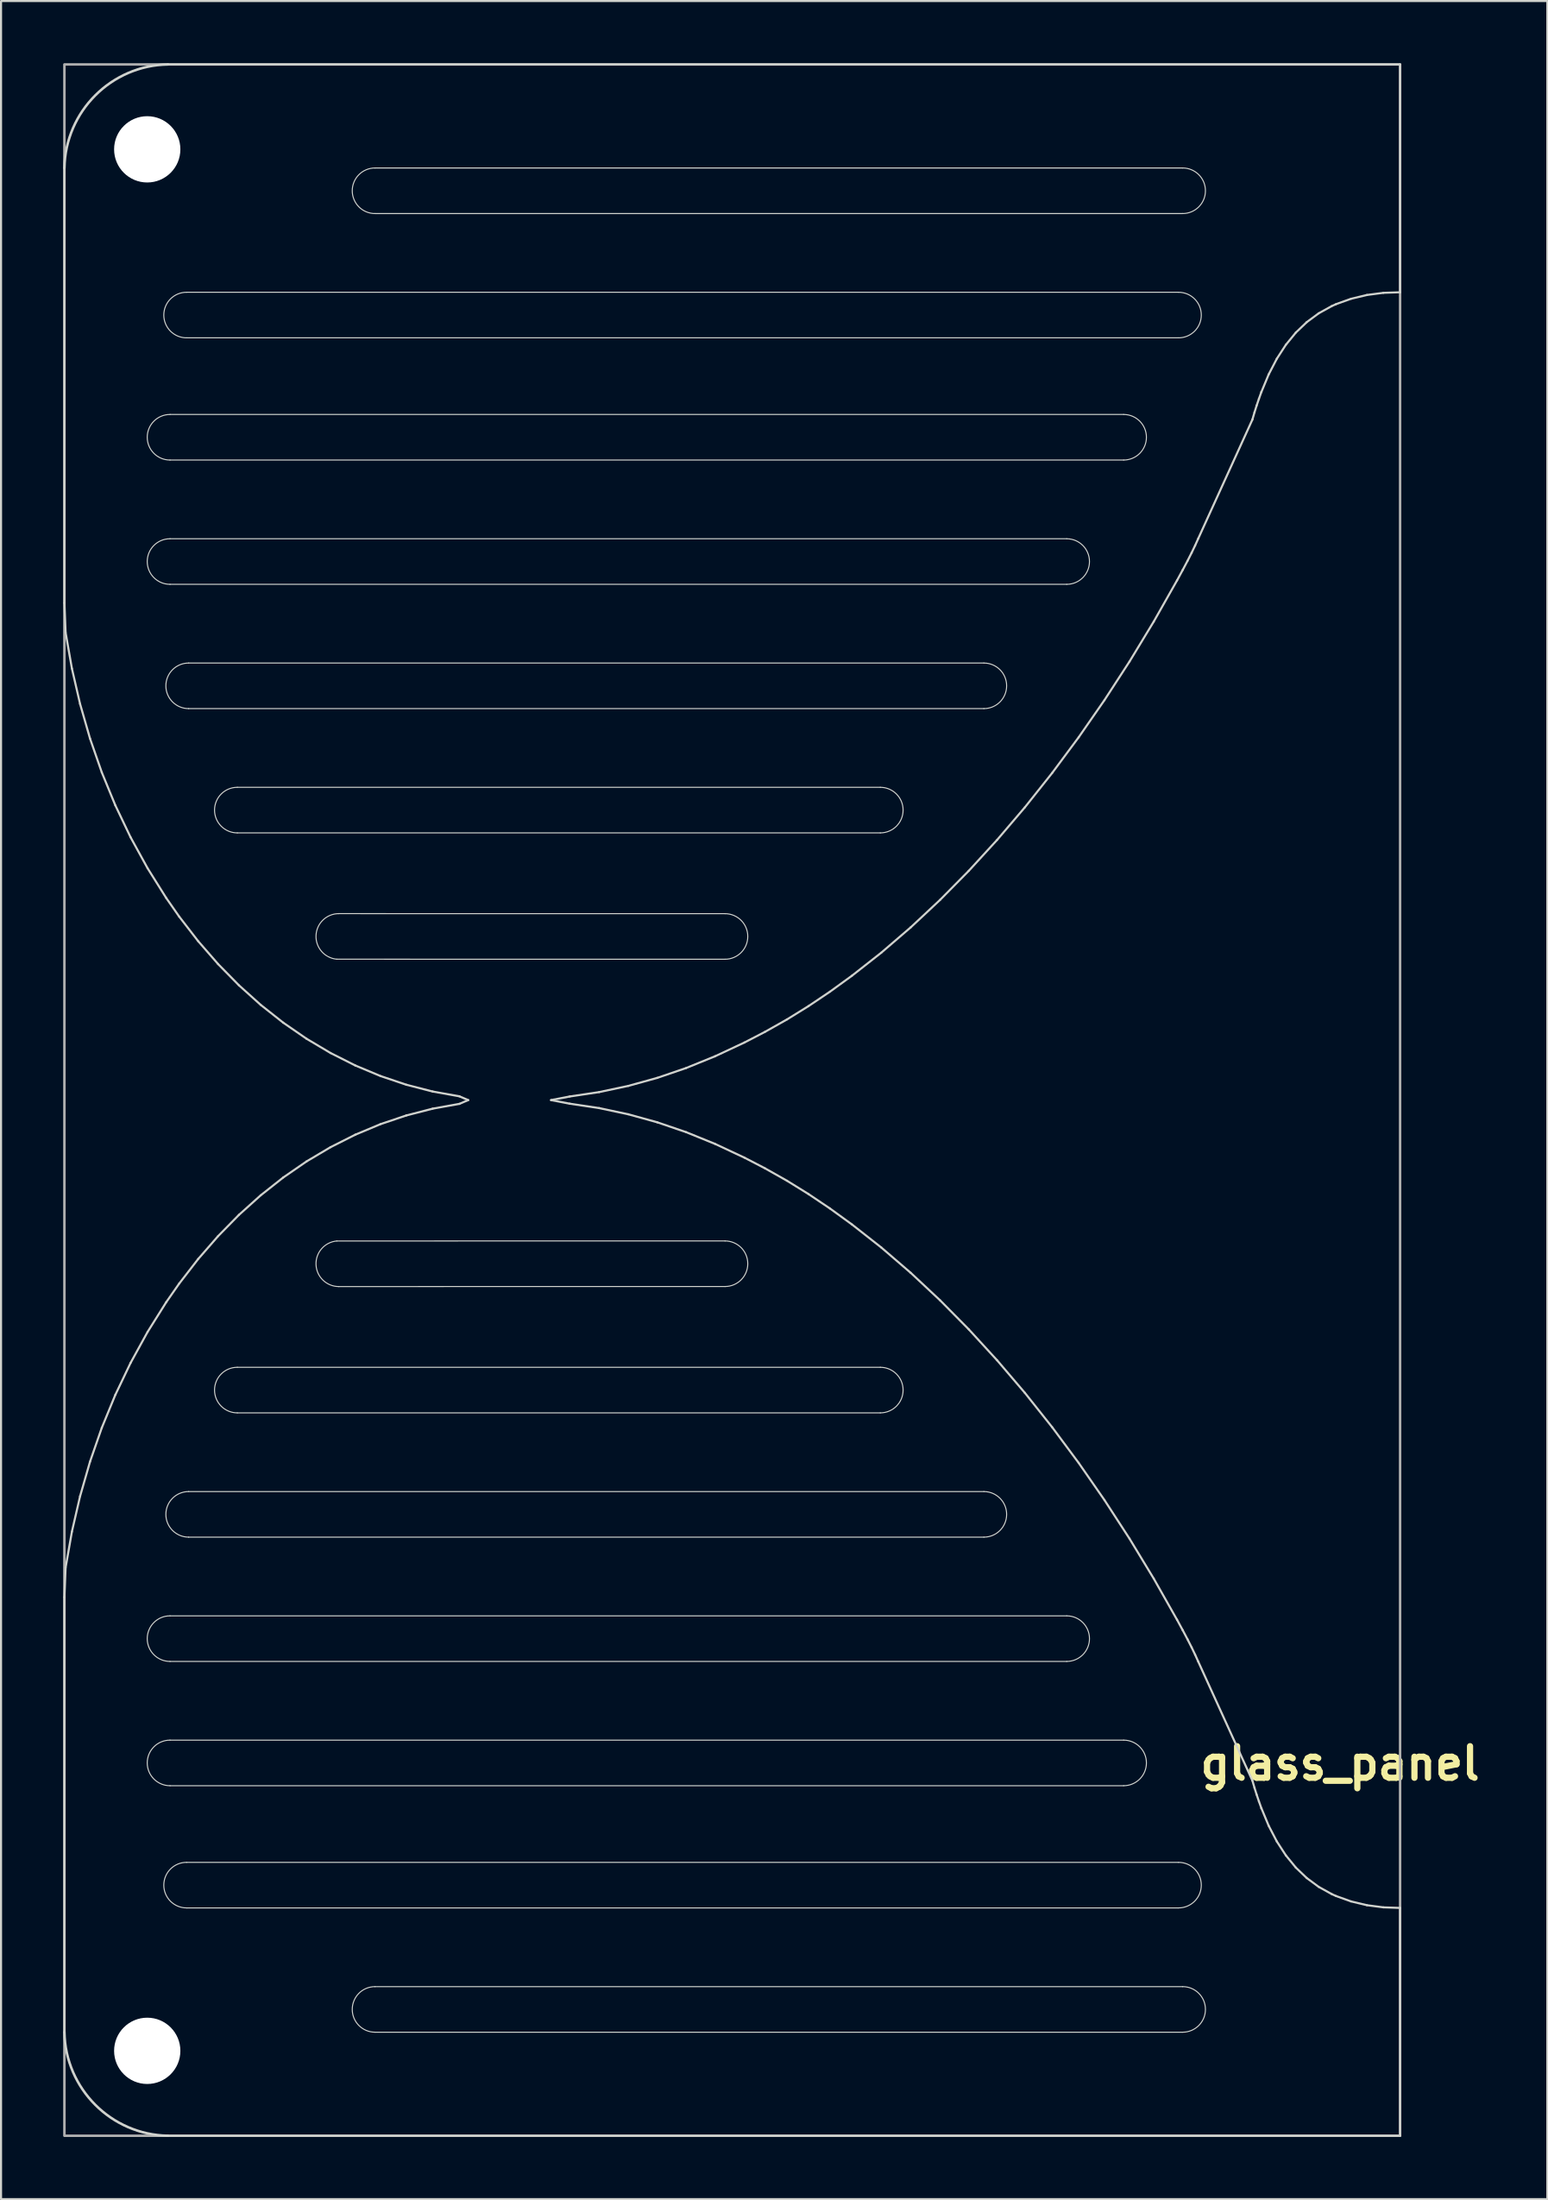
<source format=kicad_pcb>
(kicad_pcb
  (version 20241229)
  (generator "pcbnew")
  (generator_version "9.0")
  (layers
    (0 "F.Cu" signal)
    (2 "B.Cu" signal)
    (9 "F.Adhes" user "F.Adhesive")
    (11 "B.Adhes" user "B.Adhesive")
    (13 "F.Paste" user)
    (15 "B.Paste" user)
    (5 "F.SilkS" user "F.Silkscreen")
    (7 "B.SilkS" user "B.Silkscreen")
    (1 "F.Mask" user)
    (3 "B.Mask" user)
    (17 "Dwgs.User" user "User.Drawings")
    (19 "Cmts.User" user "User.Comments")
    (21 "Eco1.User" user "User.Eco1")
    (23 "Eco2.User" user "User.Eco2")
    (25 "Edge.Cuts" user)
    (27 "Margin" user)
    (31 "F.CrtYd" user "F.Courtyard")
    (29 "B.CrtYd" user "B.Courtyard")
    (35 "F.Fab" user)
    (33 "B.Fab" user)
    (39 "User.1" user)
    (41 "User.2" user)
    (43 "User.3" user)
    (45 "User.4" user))
  (footprint "glass_panel"
    (layer "F.Cu")
    (at 64.56 6.06)
    (property "Reference" "glass_panel" (at -2.9 76.027 180) (layer "F.SilkS") (effects (font (size 1.524 1.524) (thickness 0.3))))
    (attr through_hole)
    (fp_line (start -64.5 20) (end -64.5 -1) (stroke (width 0.1) (type solid)) (layer "Edge.Cuts"))
    (fp_line (start -64.5 68) (end -64.5 89) (stroke (width 0.1) (type solid)) (layer "Edge.Cuts"))
    (fp_line (start -64.442 21.425) (end -64.5 20) (stroke (width 0.1) (type solid)) (layer "Edge.Cuts"))
    (fp_line (start -64.442 66.575) (end -64.5 68) (stroke (width 0.1) (type solid)) (layer "Edge.Cuts"))
    (fp_line (start -64.138 23.163) (end -64.442 21.425) (stroke (width 0.1) (type solid)) (layer "Edge.Cuts"))
    (fp_line (start -64.138 64.837) (end -64.442 66.575) (stroke (width 0.1) (type solid)) (layer "Edge.Cuts"))
    (fp_line (start -63.744 24.871) (end -64.138 23.163) (stroke (width 0.1) (type solid)) (layer "Edge.Cuts"))
    (fp_line (start -63.744 63.129) (end -64.138 64.837) (stroke (width 0.1) (type solid)) (layer "Edge.Cuts"))
    (fp_line (start -63.263 26.544) (end -63.744 24.871) (stroke (width 0.1) (type solid)) (layer "Edge.Cuts"))
    (fp_line (start -63.263 61.456) (end -63.744 63.129) (stroke (width 0.1) (type solid)) (layer "Edge.Cuts"))
    (fp_line (start -62.695 28.178) (end -63.263 26.544) (stroke (width 0.1) (type solid)) (layer "Edge.Cuts"))
    (fp_line (start -62.695 59.822) (end -63.263 61.456) (stroke (width 0.1) (type solid)) (layer "Edge.Cuts"))
    (fp_line (start -62.041 29.769) (end -62.695 28.178) (stroke (width 0.1) (type solid)) (layer "Edge.Cuts"))
    (fp_line (start -62.041 58.231) (end -62.695 59.822) (stroke (width 0.1) (type solid)) (layer "Edge.Cuts"))
    (fp_line (start -61.304 31.313) (end -62.041 29.769) (stroke (width 0.1) (type solid)) (layer "Edge.Cuts"))
    (fp_line (start -61.304 56.687) (end -62.041 58.231) (stroke (width 0.1) (type solid)) (layer "Edge.Cuts"))
    (fp_line (start -60.484 32.806) (end -61.304 31.313) (stroke (width 0.1) (type solid)) (layer "Edge.Cuts"))
    (fp_line (start -60.484 55.194) (end -61.304 56.687) (stroke (width 0.1) (type solid)) (layer "Edge.Cuts"))
    (fp_line (start -59.582 34.245) (end -60.484 32.806) (stroke (width 0.1) (type solid)) (layer "Edge.Cuts"))
    (fp_line (start -59.582 53.755) (end -60.484 55.194) (stroke (width 0.1) (type solid)) (layer "Edge.Cuts"))
    (fp_line (start -59.5 -6) (end 0 -6) (stroke (width 0.1) (type solid)) (layer "Edge.Cuts"))
    (fp_line (start -59.5 94) (end 0 94) (stroke (width 0.1) (type solid)) (layer "Edge.Cuts"))
    (fp_line (start -59.4 10.9) (end -13.35 10.9) (stroke (width 0.05) (type solid)) (layer "Edge.Cuts"))
    (fp_line (start -59.4 16.9) (end -16.1 16.9) (stroke (width 0.05) (type solid)) (layer "Edge.Cuts"))
    (fp_line (start -59.4 71.1) (end -16.1 71.1) (stroke (width 0.05) (type solid)) (layer "Edge.Cuts"))
    (fp_line (start -59.4 77.1) (end -13.35 77.1) (stroke (width 0.05) (type solid)) (layer "Edge.Cuts"))
    (fp_line (start -58.955 35.144) (end -59.582 34.245) (stroke (width 0.1) (type solid)) (layer "Edge.Cuts"))
    (fp_line (start -58.955 52.856) (end -59.582 53.755) (stroke (width 0.1) (type solid)) (layer "Edge.Cuts"))
    (fp_line (start -58.6 5) (end -10.7 5) (stroke (width 0.05) (type solid)) (layer "Edge.Cuts"))
    (fp_line (start -58.6 83) (end -10.7 83) (stroke (width 0.05) (type solid)) (layer "Edge.Cuts"))
    (fp_line (start -58.5 22.9) (end -20.1 22.9) (stroke (width 0.05) (type solid)) (layer "Edge.Cuts"))
    (fp_line (start -58.5 65.1) (end -20.1 65.1) (stroke (width 0.05) (type solid)) (layer "Edge.Cuts"))
    (fp_line (start -58.04 36.328) (end -58.955 35.144) (stroke (width 0.1) (type solid)) (layer "Edge.Cuts"))
    (fp_line (start -58.04 51.672) (end -58.955 52.856) (stroke (width 0.1) (type solid)) (layer "Edge.Cuts"))
    (fp_line (start -57.078 37.433) (end -58.04 36.328) (stroke (width 0.1) (type solid)) (layer "Edge.Cuts"))
    (fp_line (start -57.078 50.567) (end -58.04 51.672) (stroke (width 0.1) (type solid)) (layer "Edge.Cuts"))
    (fp_line (start -56.15 28.9) (end -25.1 28.9) (stroke (width 0.05) (type solid)) (layer "Edge.Cuts"))
    (fp_line (start -56.15 59.1) (end -25.1 59.1) (stroke (width 0.05) (type solid)) (layer "Edge.Cuts"))
    (fp_line (start -56.072 38.458) (end -57.078 37.433) (stroke (width 0.1) (type solid)) (layer "Edge.Cuts"))
    (fp_line (start -56.072 49.542) (end -57.078 50.567) (stroke (width 0.1) (type solid)) (layer "Edge.Cuts"))
    (fp_line (start -55.022 39.402) (end -56.072 38.458) (stroke (width 0.1) (type solid)) (layer "Edge.Cuts"))
    (fp_line (start -55.022 48.598) (end -56.072 49.542) (stroke (width 0.1) (type solid)) (layer "Edge.Cuts"))
    (fp_line (start -53.934 40.262) (end -55.022 39.402) (stroke (width 0.1) (type solid)) (layer "Edge.Cuts"))
    (fp_line (start -53.934 47.738) (end -55.022 48.598) (stroke (width 0.1) (type solid)) (layer "Edge.Cuts"))
    (fp_line (start -52.808 41.038) (end -53.934 40.262) (stroke (width 0.1) (type solid)) (layer "Edge.Cuts"))
    (fp_line (start -52.808 46.962) (end -53.934 47.738) (stroke (width 0.1) (type solid)) (layer "Edge.Cuts"))
    (fp_line (start -51.648 41.727) (end -52.808 41.038) (stroke (width 0.1) (type solid)) (layer "Edge.Cuts"))
    (fp_line (start -51.648 46.273) (end -52.808 46.962) (stroke (width 0.1) (type solid)) (layer "Edge.Cuts"))
    (fp_line (start -51.249 34.998) (end -32.6 35) (stroke (width 0.05) (type solid)) (layer "Edge.Cuts"))
    (fp_line (start -51.249 53.002) (end -32.6 53) (stroke (width 0.05) (type solid)) (layer "Edge.Cuts"))
    (fp_line (start -50.456 42.328) (end -51.648 41.727) (stroke (width 0.1) (type solid)) (layer "Edge.Cuts"))
    (fp_line (start -50.456 45.672) (end -51.648 46.273) (stroke (width 0.1) (type solid)) (layer "Edge.Cuts"))
    (fp_line (start -49.5 -1) (end -10.5 -1) (stroke (width 0.05) (type solid)) (layer "Edge.Cuts"))
    (fp_line (start -49.5 89) (end -10.5 89) (stroke (width 0.05) (type solid)) (layer "Edge.Cuts"))
    (fp_line (start -49.235 42.839) (end -50.456 42.328) (stroke (width 0.1) (type solid)) (layer "Edge.Cuts"))
    (fp_line (start -49.235 45.161) (end -50.456 45.672) (stroke (width 0.1) (type solid)) (layer "Edge.Cuts"))
    (fp_line (start -47.988 43.259) (end -49.235 42.839) (stroke (width 0.1) (type solid)) (layer "Edge.Cuts"))
    (fp_line (start -47.988 44.741) (end -49.235 45.161) (stroke (width 0.1) (type solid)) (layer "Edge.Cuts"))
    (fp_line (start -46.717 43.586) (end -47.988 43.259) (stroke (width 0.1) (type solid)) (layer "Edge.Cuts"))
    (fp_line (start -46.717 44.414) (end -47.988 44.741) (stroke (width 0.1) (type solid)) (layer "Edge.Cuts"))
    (fp_line (start -45.425 43.818) (end -46.717 43.586) (stroke (width 0.1) (type solid)) (layer "Edge.Cuts"))
    (fp_line (start -45.425 44.182) (end -46.717 44.414) (stroke (width 0.1) (type solid)) (layer "Edge.Cuts"))
    (fp_line (start -45 44) (end -45.425 43.818) (stroke (width 0.1) (type solid)) (layer "Edge.Cuts"))
    (fp_line (start -45 44) (end -45.425 44.182) (stroke (width 0.1) (type solid)) (layer "Edge.Cuts"))
    (fp_line (start -40.102 43.827) (end -41 44) (stroke (width 0.1) (type solid)) (layer "Edge.Cuts"))
    (fp_line (start -40.102 44.173) (end -41 44) (stroke (width 0.1) (type solid)) (layer "Edge.Cuts"))
    (fp_line (start -38.678 43.614) (end -40.102 43.827) (stroke (width 0.1) (type solid)) (layer "Edge.Cuts"))
    (fp_line (start -38.678 44.386) (end -40.102 44.173) (stroke (width 0.1) (type solid)) (layer "Edge.Cuts"))
    (fp_line (start -37.272 43.315) (end -38.678 43.614) (stroke (width 0.1) (type solid)) (layer "Edge.Cuts"))
    (fp_line (start -37.272 44.685) (end -38.678 44.386) (stroke (width 0.1) (type solid)) (layer "Edge.Cuts"))
    (fp_line (start -35.875 42.929) (end -37.272 43.315) (stroke (width 0.1) (type solid)) (layer "Edge.Cuts"))
    (fp_line (start -35.875 45.071) (end -37.272 44.685) (stroke (width 0.1) (type solid)) (layer "Edge.Cuts"))
    (fp_line (start -34.48 42.453) (end -35.875 42.929) (stroke (width 0.1) (type solid)) (layer "Edge.Cuts"))
    (fp_line (start -34.48 45.547) (end -35.875 45.071) (stroke (width 0.1) (type solid)) (layer "Edge.Cuts"))
    (fp_line (start -33.079 41.884) (end -34.48 42.453) (stroke (width 0.1) (type solid)) (layer "Edge.Cuts"))
    (fp_line (start -33.079 46.116) (end -34.48 45.547) (stroke (width 0.1) (type solid)) (layer "Edge.Cuts"))
    (fp_line (start -32.6 37.2) (end -51.349 37.198) (stroke (width 0.05) (type solid)) (layer "Edge.Cuts"))
    (fp_line (start -32.6 50.8) (end -51.349 50.802) (stroke (width 0.05) (type solid)) (layer "Edge.Cuts"))
    (fp_line (start -31.663 41.221) (end -33.079 41.884) (stroke (width 0.1) (type solid)) (layer "Edge.Cuts"))
    (fp_line (start -31.663 46.779) (end -33.079 46.116) (stroke (width 0.1) (type solid)) (layer "Edge.Cuts"))
    (fp_line (start -30.673 40.708) (end -31.663 41.221) (stroke (width 0.1) (type solid)) (layer "Edge.Cuts"))
    (fp_line (start -30.673 47.292) (end -31.663 46.779) (stroke (width 0.1) (type solid)) (layer "Edge.Cuts"))
    (fp_line (start -29.608 40.107) (end -30.673 40.708) (stroke (width 0.1) (type solid)) (layer "Edge.Cuts"))
    (fp_line (start -29.608 47.893) (end -30.673 47.292) (stroke (width 0.1) (type solid)) (layer "Edge.Cuts"))
    (fp_line (start -28.569 39.464) (end -29.608 40.107) (stroke (width 0.1) (type solid)) (layer "Edge.Cuts"))
    (fp_line (start -28.569 48.536) (end -29.608 47.893) (stroke (width 0.1) (type solid)) (layer "Edge.Cuts"))
    (fp_line (start -27.531 38.766) (end -28.569 39.464) (stroke (width 0.1) (type solid)) (layer "Edge.Cuts"))
    (fp_line (start -27.531 49.234) (end -28.569 48.536) (stroke (width 0.1) (type solid)) (layer "Edge.Cuts"))
    (fp_line (start -26.469 37.995) (end -27.531 38.766) (stroke (width 0.1) (type solid)) (layer "Edge.Cuts"))
    (fp_line (start -26.469 50.005) (end -27.531 49.234) (stroke (width 0.1) (type solid)) (layer "Edge.Cuts"))
    (fp_line (start -25.1 31.1) (end -56.15 31.1) (stroke (width 0.05) (type solid)) (layer "Edge.Cuts"))
    (fp_line (start -25.1 56.9) (end -56.15 56.9) (stroke (width 0.05) (type solid)) (layer "Edge.Cuts"))
    (fp_line (start -25.058 36.887) (end -26.469 37.995) (stroke (width 0.1) (type solid)) (layer "Edge.Cuts"))
    (fp_line (start -25.058 51.113) (end -26.469 50.005) (stroke (width 0.1) (type solid)) (layer "Edge.Cuts"))
    (fp_line (start -23.63 35.659) (end -25.058 36.887) (stroke (width 0.1) (type solid)) (layer "Edge.Cuts"))
    (fp_line (start -23.63 52.341) (end -25.058 51.113) (stroke (width 0.1) (type solid)) (layer "Edge.Cuts"))
    (fp_line (start -22.219 34.339) (end -23.63 35.659) (stroke (width 0.1) (type solid)) (layer "Edge.Cuts"))
    (fp_line (start -22.219 53.661) (end -23.63 52.341) (stroke (width 0.1) (type solid)) (layer "Edge.Cuts"))
    (fp_line (start -20.828 32.931) (end -22.219 34.339) (stroke (width 0.1) (type solid)) (layer "Edge.Cuts"))
    (fp_line (start -20.828 55.069) (end -22.219 53.661) (stroke (width 0.1) (type solid)) (layer "Edge.Cuts"))
    (fp_line (start -20.1 25.1) (end -58.5 25.1) (stroke (width 0.05) (type solid)) (layer "Edge.Cuts"))
    (fp_line (start -20.1 62.9) (end -58.5 62.9) (stroke (width 0.05) (type solid)) (layer "Edge.Cuts"))
    (fp_line (start -19.46 31.438) (end -20.828 32.931) (stroke (width 0.1) (type solid)) (layer "Edge.Cuts"))
    (fp_line (start -19.46 56.562) (end -20.828 55.069) (stroke (width 0.1) (type solid)) (layer "Edge.Cuts"))
    (fp_line (start -18.118 29.864) (end -19.46 31.438) (stroke (width 0.1) (type solid)) (layer "Edge.Cuts"))
    (fp_line (start -18.118 58.136) (end -19.46 56.562) (stroke (width 0.1) (type solid)) (layer "Edge.Cuts"))
    (fp_line (start -16.805 28.212) (end -18.118 29.864) (stroke (width 0.1) (type solid)) (layer "Edge.Cuts"))
    (fp_line (start -16.805 59.788) (end -18.118 58.136) (stroke (width 0.1) (type solid)) (layer "Edge.Cuts"))
    (fp_line (start -16.1 19.1) (end -59.4 19.1) (stroke (width 0.05) (type solid)) (layer "Edge.Cuts"))
    (fp_line (start -16.1 68.9) (end -59.4 68.9) (stroke (width 0.05) (type solid)) (layer "Edge.Cuts"))
    (fp_line (start -15.523 26.486) (end -16.805 28.212) (stroke (width 0.1) (type solid)) (layer "Edge.Cuts"))
    (fp_line (start -15.523 61.514) (end -16.805 59.788) (stroke (width 0.1) (type solid)) (layer "Edge.Cuts"))
    (fp_line (start -14.276 24.69) (end -15.523 26.486) (stroke (width 0.1) (type solid)) (layer "Edge.Cuts"))
    (fp_line (start -14.276 63.31) (end -15.523 61.514) (stroke (width 0.1) (type solid)) (layer "Edge.Cuts"))
    (fp_line (start -13.35 13.1) (end -59.4 13.1) (stroke (width 0.05) (type solid)) (layer "Edge.Cuts"))
    (fp_line (start -13.35 74.9) (end -59.4 74.9) (stroke (width 0.05) (type solid)) (layer "Edge.Cuts"))
    (fp_line (start -13.066 22.827) (end -14.276 24.69) (stroke (width 0.1) (type solid)) (layer "Edge.Cuts"))
    (fp_line (start -13.066 65.173) (end -14.276 63.31) (stroke (width 0.1) (type solid)) (layer "Edge.Cuts"))
    (fp_line (start -11.897 20.9) (end -13.066 22.827) (stroke (width 0.1) (type solid)) (layer "Edge.Cuts"))
    (fp_line (start -11.897 67.1) (end -13.066 65.173) (stroke (width 0.1) (type solid)) (layer "Edge.Cuts"))
    (fp_line (start -10.772 18.913) (end -11.897 20.9) (stroke (width 0.1) (type solid)) (layer "Edge.Cuts"))
    (fp_line (start -10.772 69.087) (end -11.897 67.1) (stroke (width 0.1) (type solid)) (layer "Edge.Cuts"))
    (fp_line (start -10.7 7.2) (end -58.6 7.2) (stroke (width 0.05) (type solid)) (layer "Edge.Cuts"))
    (fp_line (start -10.7 80.8) (end -58.6 80.8) (stroke (width 0.05) (type solid)) (layer "Edge.Cuts"))
    (fp_line (start -10.5 1.2) (end -49.5 1.2) (stroke (width 0.05) (type solid)) (layer "Edge.Cuts"))
    (fp_line (start -10.5 86.8) (end -49.5 86.8) (stroke (width 0.05) (type solid)) (layer "Edge.Cuts"))
    (fp_line (start -10.498 18.408) (end -10.772 18.913) (stroke (width 0.1) (type solid)) (layer "Edge.Cuts"))
    (fp_line (start -10.498 69.592) (end -10.772 69.087) (stroke (width 0.1) (type solid)) (layer "Edge.Cuts"))
    (fp_line (start -10.265 17.968) (end -10.498 18.408) (stroke (width 0.1) (type solid)) (layer "Edge.Cuts"))
    (fp_line (start -10.265 70.032) (end -10.498 69.592) (stroke (width 0.1) (type solid)) (layer "Edge.Cuts"))
    (fp_line (start -10.068 17.579) (end -10.265 17.968) (stroke (width 0.1) (type solid)) (layer "Edge.Cuts"))
    (fp_line (start -10.068 70.421) (end -10.265 70.032) (stroke (width 0.1) (type solid)) (layer "Edge.Cuts"))
    (fp_line (start -9.899 17.227) (end -10.068 17.579) (stroke (width 0.1) (type solid)) (layer "Edge.Cuts"))
    (fp_line (start -9.899 70.773) (end -10.068 70.421) (stroke (width 0.1) (type solid)) (layer "Edge.Cuts"))
    (fp_line (start -9.749 16.894) (end -9.899 17.227) (stroke (width 0.1) (type solid)) (layer "Edge.Cuts"))
    (fp_line (start -9.749 71.106) (end -9.899 70.773) (stroke (width 0.1) (type solid)) (layer "Edge.Cuts"))
    (fp_line (start -7.133 11.148) (end -9.749 16.894) (stroke (width 0.1) (type solid)) (layer "Edge.Cuts"))
    (fp_line (start -7.133 76.852) (end -9.749 71.106) (stroke (width 0.1) (type solid)) (layer "Edge.Cuts"))
    (fp_line (start -7.031 10.799) (end -7.133 11.148) (stroke (width 0.1) (type solid)) (layer "Edge.Cuts"))
    (fp_line (start -7.031 77.201) (end -7.133 76.852) (stroke (width 0.1) (type solid)) (layer "Edge.Cuts"))
    (fp_line (start -6.927 10.467) (end -7.031 10.799) (stroke (width 0.1) (type solid)) (layer "Edge.Cuts"))
    (fp_line (start -6.927 77.533) (end -7.031 77.201) (stroke (width 0.1) (type solid)) (layer "Edge.Cuts"))
    (fp_line (start -6.817 10.143) (end -6.927 10.467) (stroke (width 0.1) (type solid)) (layer "Edge.Cuts"))
    (fp_line (start -6.817 77.857) (end -6.927 77.533) (stroke (width 0.1) (type solid)) (layer "Edge.Cuts"))
    (fp_line (start -6.7 9.818) (end -6.817 10.143) (stroke (width 0.1) (type solid)) (layer "Edge.Cuts"))
    (fp_line (start -6.7 78.182) (end -6.817 77.857) (stroke (width 0.1) (type solid)) (layer "Edge.Cuts"))
    (fp_line (start -6.697 9.812) (end -6.7 9.818) (stroke (width 0.1) (type solid)) (layer "Edge.Cuts"))
    (fp_line (start -6.697 78.188) (end -6.7 78.182) (stroke (width 0.1) (type solid)) (layer "Edge.Cuts"))
    (fp_line (start -6.345 8.964) (end -6.697 9.812) (stroke (width 0.1) (type solid)) (layer "Edge.Cuts"))
    (fp_line (start -6.345 79.036) (end -6.697 78.188) (stroke (width 0.1) (type solid)) (layer "Edge.Cuts"))
    (fp_line (start -5.951 8.206) (end -6.345 8.964) (stroke (width 0.1) (type solid)) (layer "Edge.Cuts"))
    (fp_line (start -5.951 79.794) (end -6.345 79.036) (stroke (width 0.1) (type solid)) (layer "Edge.Cuts"))
    (fp_line (start -5.515 7.534) (end -5.951 8.206) (stroke (width 0.1) (type solid)) (layer "Edge.Cuts"))
    (fp_line (start -5.515 80.466) (end -5.951 79.794) (stroke (width 0.1) (type solid)) (layer "Edge.Cuts"))
    (fp_line (start -5.034 6.946) (end -5.515 7.534) (stroke (width 0.1) (type solid)) (layer "Edge.Cuts"))
    (fp_line (start -5.034 81.054) (end -5.515 80.466) (stroke (width 0.1) (type solid)) (layer "Edge.Cuts"))
    (fp_line (start -4.506 6.441) (end -5.034 6.946) (stroke (width 0.1) (type solid)) (layer "Edge.Cuts"))
    (fp_line (start -4.506 81.559) (end -5.034 81.054) (stroke (width 0.1) (type solid)) (layer "Edge.Cuts"))
    (fp_line (start -3.93 6.016) (end -4.506 6.441) (stroke (width 0.1) (type solid)) (layer "Edge.Cuts"))
    (fp_line (start -3.93 81.984) (end -4.506 81.559) (stroke (width 0.1) (type solid)) (layer "Edge.Cuts"))
    (fp_line (start -3.304 5.669) (end -3.93 6.016) (stroke (width 0.1) (type solid)) (layer "Edge.Cuts"))
    (fp_line (start -3.304 82.331) (end -3.93 81.984) (stroke (width 0.1) (type solid)) (layer "Edge.Cuts"))
    (fp_line (start -3.092 5.573) (end -3.304 5.669) (stroke (width 0.1) (type solid)) (layer "Edge.Cuts"))
    (fp_line (start -3.092 82.427) (end -3.304 82.331) (stroke (width 0.1) (type solid)) (layer "Edge.Cuts"))
    (fp_line (start -2.368 5.314) (end -3.092 5.573) (stroke (width 0.1) (type solid)) (layer "Edge.Cuts"))
    (fp_line (start -2.368 82.686) (end -3.092 82.427) (stroke (width 0.1) (type solid)) (layer "Edge.Cuts"))
    (fp_line (start -1.601 5.131) (end -2.368 5.314) (stroke (width 0.1) (type solid)) (layer "Edge.Cuts"))
    (fp_line (start -1.601 82.869) (end -2.368 82.686) (stroke (width 0.1) (type solid)) (layer "Edge.Cuts"))
    (fp_line (start -0.807 5.027) (end -1.601 5.131) (stroke (width 0.1) (type solid)) (layer "Edge.Cuts"))
    (fp_line (start -0.807 82.973) (end -1.601 82.869) (stroke (width 0.1) (type solid)) (layer "Edge.Cuts"))
    (fp_line (start 0 5) (end -0.807 5.027) (stroke (width 0.1) (type solid)) (layer "Edge.Cuts"))
    (fp_line (start 0 5) (end 0 -6) (stroke (width 0.1) (type solid)) (layer "Edge.Cuts"))
    (fp_line (start 0 83) (end -0.807 82.973) (stroke (width 0.1) (type solid)) (layer "Edge.Cuts"))
    (fp_line (start 0 83) (end 0 94) (stroke (width 0.1) (type solid)) (layer "Edge.Cuts"))
    (fp_arc (start -64.5 -1) (mid -63.007423 -4.507423) (end -59.5 -6) (stroke (width 0.12) (type solid)) (layer "Edge.Cuts"))
    (fp_arc (start -59.5 94) (mid -63.007423 92.507423) (end -64.5 89) (stroke (width 0.12) (type solid)) (layer "Edge.Cuts"))
    (fp_arc (start -59.4 13.099999) (mid -60.5 11.999999) (end -59.4 10.899999) (stroke (width 0.05) (type solid)) (layer "Edge.Cuts"))
    (fp_arc (start -59.4 19.099999) (mid -60.5 17.999999) (end -59.4 16.899999) (stroke (width 0.05) (type solid)) (layer "Edge.Cuts"))
    (fp_arc (start -59.4 71.100001) (mid -60.5 70.000001) (end -59.4 68.900001) (stroke (width 0.05) (type solid)) (layer "Edge.Cuts"))
    (fp_arc (start -59.4 77.100001) (mid -60.5 76.000001) (end -59.4 74.900001) (stroke (width 0.05) (type solid)) (layer "Edge.Cuts"))
    (fp_arc (start -58.599999 7.199999) (mid -59.699999 6.099999) (end -58.599999 4.999999) (stroke (width 0.05) (type solid)) (layer "Edge.Cuts"))
    (fp_arc (start -58.599999 83.000001) (mid -59.699999 81.900001) (end -58.599999 80.800001) (stroke (width 0.05) (type solid)) (layer "Edge.Cuts"))
    (fp_arc (start -58.5 25.099999) (mid -59.6 23.999999) (end -58.5 22.899999) (stroke (width 0.05) (type solid)) (layer "Edge.Cuts"))
    (fp_arc (start -58.5 65.100001) (mid -59.6 64.000001) (end -58.5 62.900001) (stroke (width 0.05) (type solid)) (layer "Edge.Cuts"))
    (fp_arc (start -56.15 31.099999) (mid -57.25 29.999999) (end -56.15 28.899999) (stroke (width 0.05) (type solid)) (layer "Edge.Cuts"))
    (fp_arc (start -56.15 59.100001) (mid -57.25 58.000001) (end -56.15 56.900001) (stroke (width 0.05) (type solid)) (layer "Edge.Cuts"))
    (fp_arc (start -51.348863 37.19778) (mid -52.35 36.05) (end -51.248863 34.997779) (stroke (width 0.05) (type solid)) (layer "Edge.Cuts"))
    (fp_arc (start -51.248863 53.002221) (mid -52.35 51.95) (end -51.348863 50.80222) (stroke (width 0.05) (type solid)) (layer "Edge.Cuts"))
    (fp_arc (start -49.499999 1.199999) (mid -50.599999 0.099999) (end -49.499999 -1.000001) (stroke (width 0.05) (type solid)) (layer "Edge.Cuts"))
    (fp_arc (start -49.499999 89.000001) (mid -50.599999 87.900001) (end -49.499999 86.800001) (stroke (width 0.05) (type solid)) (layer "Edge.Cuts"))
    (fp_arc (start -32.6 34.999999) (mid -31.5 36.099999) (end -32.6 37.199999) (stroke (width 0.05) (type solid)) (layer "Edge.Cuts"))
    (fp_arc (start -32.6 50.800001) (mid -31.5 51.900001) (end -32.6 53.000001) (stroke (width 0.05) (type solid)) (layer "Edge.Cuts"))
    (fp_arc (start -25.1 28.899999) (mid -24 29.999999) (end -25.1 31.099999) (stroke (width 0.05) (type solid)) (layer "Edge.Cuts"))
    (fp_arc (start -25.1 56.900001) (mid -24 58.000001) (end -25.1 59.100001) (stroke (width 0.05) (type solid)) (layer "Edge.Cuts"))
    (fp_arc (start -20.1 22.899999) (mid -19 23.999999) (end -20.1 25.099999) (stroke (width 0.05) (type solid)) (layer "Edge.Cuts"))
    (fp_arc (start -20.1 62.900001) (mid -19 64.000001) (end -20.1 65.100001) (stroke (width 0.05) (type solid)) (layer "Edge.Cuts"))
    (fp_arc (start -16.1 16.899999) (mid -15 17.999999) (end -16.1 19.099999) (stroke (width 0.05) (type solid)) (layer "Edge.Cuts"))
    (fp_arc (start -16.1 68.900001) (mid -15 70.000001) (end -16.1 71.100001) (stroke (width 0.05) (type solid)) (layer "Edge.Cuts"))
    (fp_arc (start -13.35 10.899999) (mid -12.25 11.999999) (end -13.35 13.099999) (stroke (width 0.05) (type solid)) (layer "Edge.Cuts"))
    (fp_arc (start -13.35 74.900001) (mid -12.25 76.000001) (end -13.35 77.100001) (stroke (width 0.05) (type solid)) (layer "Edge.Cuts"))
    (fp_arc (start -10.699999 4.999999) (mid -9.599999 6.099999) (end -10.699999 7.199999) (stroke (width 0.05) (type solid)) (layer "Edge.Cuts"))
    (fp_arc (start -10.699999 80.800001) (mid -9.599999 81.900001) (end -10.699999 83.000001) (stroke (width 0.05) (type solid)) (layer "Edge.Cuts"))
    (fp_arc (start -10.499999 -1.000001) (mid -9.399999 0.099999) (end -10.499999 1.199999) (stroke (width 0.05) (type solid)) (layer "Edge.Cuts"))
    (fp_arc (start -10.499999 86.800001) (mid -9.399999 87.900001) (end -10.499999 89.000001) (stroke (width 0.05) (type solid)) (layer "Edge.Cuts"))
    (fp_rect (start -64.5 -6) (end 0 94) (stroke (width 0.12) (type solid)) (fill no) (layer "F.Fab"))
    (pad "" np_thru_hole circle (at -60.5 -1.9 180) (size 3.2 3.2) (drill 3.2) (layers "*.Cu" "*.Mask"))
    (pad "" np_thru_hole circle (at -60.5 89.9) (size 3.2 3.2) (drill 3.2) (layers "*.Cu" "*.Mask"))
    (zone (net_name "") (layers "F.Cu" "B.Cu") (hatch edge 0.508) (connect_pads) (min_thickness 0.254) (filled_areas_thickness no) (keepout (tracks allowed) (vias allowed) (pads allowed) (copperpour not_allowed) (footprints allowed)) (placement (enabled no)) (fill) (polygon (pts (xy 26.06 49.31) (xy 26.06 50.81) (xy 15.31 50.81) (xy 15.31 49.31)))))
  (gr_rect
    (start -3 -3)
    (end 71.67 103.12)
    (stroke (width 0.1) (type default))
    (fill no)
    (layer "Edge.Cuts")))
</source>
